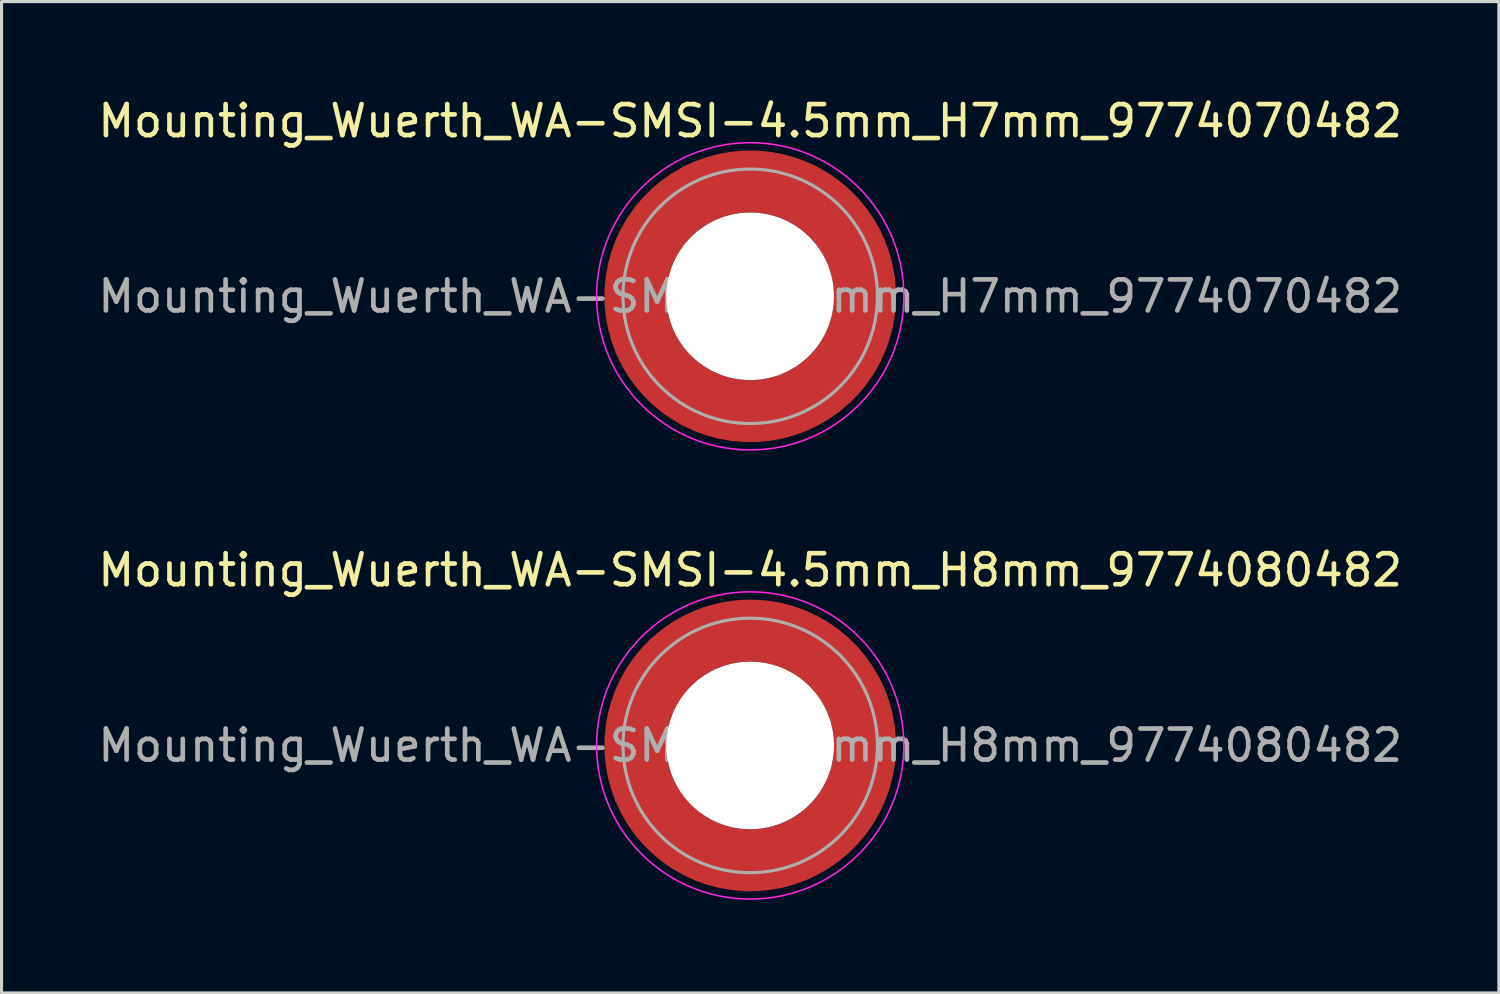
<source format=kicad_pcb>
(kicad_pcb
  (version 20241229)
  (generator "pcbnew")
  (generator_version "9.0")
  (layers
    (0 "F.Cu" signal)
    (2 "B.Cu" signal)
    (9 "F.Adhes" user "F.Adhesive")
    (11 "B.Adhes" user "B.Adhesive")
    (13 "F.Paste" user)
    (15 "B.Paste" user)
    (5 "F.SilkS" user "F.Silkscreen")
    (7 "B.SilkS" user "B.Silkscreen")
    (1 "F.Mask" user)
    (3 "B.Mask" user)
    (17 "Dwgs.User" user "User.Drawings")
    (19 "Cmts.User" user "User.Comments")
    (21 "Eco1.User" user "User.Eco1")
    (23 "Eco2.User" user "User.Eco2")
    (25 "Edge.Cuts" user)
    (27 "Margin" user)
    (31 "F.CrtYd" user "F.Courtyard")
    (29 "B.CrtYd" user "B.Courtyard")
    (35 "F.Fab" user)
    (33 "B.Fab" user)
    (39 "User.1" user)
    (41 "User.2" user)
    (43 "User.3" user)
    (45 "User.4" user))
  (footprint "Mounting_Wuerth_WA-SMSI-4.5mm_H7mm_9774070482"
    (layer "F.Cu")
    (at 21.125 6.498)
    (property "Reference" "Mounting_Wuerth_WA-SMSI-4.5mm_H7mm_9774070482" (at 0 -5.65 0) (layer "F.SilkS") (effects (font (size 1 1) (thickness 0.15))))
    (attr smd)
    (fp_circle (center 0 0) (end 4.95 0) (stroke (width 0.05) (type solid)) (fill no) (layer "F.CrtYd"))
    (fp_circle (center 0 0) (end 4.1 0) (stroke (width 0.1) (type solid)) (fill no) (layer "F.Fab"))
    (fp_text user "${REFERENCE}" (at 0 0 0) (layer "F.Fab") (effects (font (size 1 1) (thickness 0.15))))
    (pad "" smd custom (at -2.607 -2.607) (size 1.495 1.495) (layers "F.Paste") (options (anchor circle)) (primitives (gr_arc (start -0.188183 2.107456) (mid 0.598928 0.599619) (end 2.106494 -0.188011) (width 0.2)) (gr_arc (start -0.289416 2.107456) (mid 0.528508 0.529033) (end 2.106724 -0.28929) (width 0.2)) (gr_arc (start -0.390547 2.107456) (mid 0.457087 0.459449) (end 2.104161 -0.389996) (width 0.2)) (gr_arc (start -0.491585 2.107456) (mid 0.386415 0.389116) (end 2.103685 -0.490974) (width 0.2)) (gr_arc (start -0.59254 2.107456) (mid 0.31649 0.318035) (end 2.105297 -0.592203) (width 0.2)) (gr_arc (start -0.693419 2.107456) (mid 0.245252 0.248268) (end 2.103239 -0.692777) (width 0.2)) (gr_arc (start -0.794229 2.107456) (mid 0.174636 0.177878) (end 2.102921 -0.793558) (width 0.2)) (gr_arc (start -0.894975 2.107456) (mid 0.104643 0.106867) (end 2.104343 -0.894528) (width 0.2)) (gr_arc (start -0.995664 2.107456) (mid 0.033026 0.037479) (end 2.101219 -0.994793) (width 0.2)) (gr_arc (start -1.0963 2.107456) (mid -0.035789 -0.034713) (end 2.105949 -1.096095) (width 0.2)) (gr_arc (start -1.196886 2.107456) (mid -0.106351 -0.105158) (end 2.105783 -1.196667) (width 0.2)) (gr_arc (start -1.297427 2.107456) (mid -0.176416 -0.176097) (end 2.107009 -1.29737) (width 0.2)) (gr_arc (start -1.397927 2.107456) (mid -0.248476 -0.245042) (end 2.102638 -1.397323) (width 0.2)) (gr_arc (start -1.498388 2.107456) (mid -0.317612 -0.316913) (end 2.106475 -1.498268) (width 0.2)) (gr_arc (start -1.598813 2.107456) (mid -0.388865 -0.386665) (end 2.104366 -1.598444) (width 0.2)) (gr_arc (start -1.699204 2.107456) (mid -0.459747 -0.456787) (end 2.103299 -1.698719) (width 0.2)) (gr_arc (start -1.799565 2.107456) (mid -0.530257 -0.527283) (end 2.103277 -1.799089) (width 0.2)) (gr_arc (start -1.899896 2.107456) (mid -0.600396 -0.59815) (end 2.104299 -1.899545) (width 0.2)) (gr_arc (start -1.899896 2.107456) (mid -0.600396 -0.59815) (end 2.104299 -1.899545) (width 0.2)) (gr_line (start 2.107 -0.188) (end 2.107 -1.9) (width 0.2)) (gr_line (start -0.188 2.107) (end -1.9 2.107) (width 0.2))))
    (pad "" smd custom (at -2.607 2.607) (size 1.495 1.495) (layers "F.Paste") (options (anchor circle)) (primitives (gr_arc (start 2.107456 0.188183) (mid 0.599619 -0.598928) (end -0.188011 -2.106494) (width 0.2)) (gr_arc (start 2.107456 0.289416) (mid 0.529033 -0.528508) (end -0.28929 -2.106724) (width 0.2)) (gr_arc (start 2.107456 0.390547) (mid 0.45945 -0.457087) (end -0.389996 -2.104161) (width 0.2)) (gr_arc (start 2.107456 0.491585) (mid 0.389116 -0.386415) (end -0.490974 -2.103685) (width 0.2)) (gr_arc (start 2.107456 0.59254) (mid 0.318035 -0.31649) (end -0.592203 -2.105297) (width 0.2)) (gr_arc (start 2.107456 0.693419) (mid 0.248268 -0.245252) (end -0.692777 -2.103239) (width 0.2)) (gr_arc (start 2.107456 0.794229) (mid 0.177878 -0.174636) (end -0.793558 -2.102921) (width 0.2)) (gr_arc (start 2.107456 0.894975) (mid 0.106867 -0.104643) (end -0.894528 -2.104343) (width 0.2)) (gr_arc (start 2.107456 0.995664) (mid 0.037479 -0.033026) (end -0.994793 -2.101219) (width 0.2)) (gr_arc (start 2.107456 1.0963) (mid -0.034713 0.035789) (end -1.096095 -2.105949) (width 0.2)) (gr_arc (start 2.107456 1.196886) (mid -0.105158 0.106351) (end -1.196667 -2.105783) (width 0.2)) (gr_arc (start 2.107456 1.297427) (mid -0.176097 0.176416) (end -1.29737 -2.107009) (width 0.2)) (gr_arc (start 2.107456 1.397927) (mid -0.245042 0.248476) (end -1.397323 -2.102638) (width 0.2)) (gr_arc (start 2.107456 1.498388) (mid -0.316913 0.317612) (end -1.498268 -2.106475) (width 0.2)) (gr_arc (start 2.107456 1.598813) (mid -0.386665 0.388865) (end -1.598444 -2.104366) (width 0.2)) (gr_arc (start 2.107456 1.699204) (mid -0.456787 0.459747) (end -1.698719 -2.103299) (width 0.2)) (gr_arc (start 2.107456 1.799565) (mid -0.527283 0.530257) (end -1.799089 -2.103277) (width 0.2)) (gr_arc (start 2.107456 1.899896) (mid -0.59815 0.600396) (end -1.899545 -2.104299) (width 0.2)) (gr_arc (start 2.107456 1.899896) (mid -0.59815 0.600396) (end -1.899545 -2.104299) (width 0.2)) (gr_line (start -0.188 -2.107) (end -1.9 -2.107) (width 0.2)) (gr_line (start 2.107 0.188) (end 2.107 1.9) (width 0.2))))
    (pad "" np_thru_hole circle (at 0 0) (size 5.4 5.4) (drill 5.4) (layers "*.Cu" "*.Mask"))
    (pad "" smd custom (at 2.607 -2.607) (size 1.495 1.495) (layers "F.Paste") (options (anchor circle)) (primitives (gr_arc (start -2.107456 -0.188183) (mid -0.599619 0.598928) (end 0.188011 2.106494) (width 0.2)) (gr_arc (start -2.107456 -0.289416) (mid -0.529033 0.528508) (end 0.28929 2.106724) (width 0.2)) (gr_arc (start -2.107456 -0.390547) (mid -0.459449 0.457087) (end 0.389996 2.104161) (width 0.2)) (gr_arc (start -2.107456 -0.491585) (mid -0.389116 0.386415) (end 0.490974 2.103685) (width 0.2)) (gr_arc (start -2.107456 -0.59254) (mid -0.318035 0.31649) (end 0.592203 2.105297) (width 0.2)) (gr_arc (start -2.107456 -0.693419) (mid -0.248268 0.245252) (end 0.692777 2.103239) (width 0.2)) (gr_arc (start -2.107456 -0.794229) (mid -0.177878 0.174636) (end 0.793558 2.102921) (width 0.2)) (gr_arc (start -2.107456 -0.894975) (mid -0.106867 0.104643) (end 0.894528 2.104343) (width 0.2)) (gr_arc (start -2.107456 -0.995664) (mid -0.037479 0.033026) (end 0.994793 2.101219) (width 0.2)) (gr_arc (start -2.107456 -1.0963) (mid 0.034713 -0.035789) (end 1.096095 2.105949) (width 0.2)) (gr_arc (start -2.107456 -1.196886) (mid 0.105158 -0.106351) (end 1.196667 2.105783) (width 0.2)) (gr_arc (start -2.107456 -1.297427) (mid 0.176097 -0.176416) (end 1.29737 2.107009) (width 0.2)) (gr_arc (start -2.107456 -1.397927) (mid 0.245042 -0.248476) (end 1.397323 2.102638) (width 0.2)) (gr_arc (start -2.107456 -1.498388) (mid 0.316913 -0.317612) (end 1.498268 2.106475) (width 0.2)) (gr_arc (start -2.107456 -1.598813) (mid 0.386665 -0.388865) (end 1.598444 2.104366) (width 0.2)) (gr_arc (start -2.107456 -1.699204) (mid 0.456787 -0.459747) (end 1.698719 2.103299) (width 0.2)) (gr_arc (start -2.107456 -1.799565) (mid 0.527283 -0.530257) (end 1.799089 2.103277) (width 0.2)) (gr_arc (start -2.107456 -1.899896) (mid 0.59815 -0.600396) (end 1.899545 2.104299) (width 0.2)) (gr_arc (start -2.107456 -1.899896) (mid 0.59815 -0.600396) (end 1.899545 2.104299) (width 0.2)) (gr_line (start 0.188 2.107) (end 1.9 2.107) (width 0.2)) (gr_line (start -2.107 -0.188) (end -2.107 -1.9) (width 0.2))))
    (pad "" smd custom (at 2.607 2.607) (size 1.495 1.495) (layers "F.Paste") (options (anchor circle)) (primitives (gr_arc (start 0.188183 -2.107456) (mid -0.598928 -0.599619) (end -2.106494 0.188011) (width 0.2)) (gr_arc (start 0.289416 -2.107456) (mid -0.528508 -0.529033) (end -2.106724 0.28929) (width 0.2)) (gr_arc (start 0.390547 -2.107456) (mid -0.457087 -0.459449) (end -2.104161 0.389996) (width 0.2)) (gr_arc (start 0.491585 -2.107456) (mid -0.386415 -0.389116) (end -2.103685 0.490974) (width 0.2)) (gr_arc (start 0.59254 -2.107456) (mid -0.31649 -0.318035) (end -2.105297 0.592203) (width 0.2)) (gr_arc (start 0.693419 -2.107456) (mid -0.245252 -0.248268) (end -2.103239 0.692777) (width 0.2)) (gr_arc (start 0.794229 -2.107456) (mid -0.174636 -0.177878) (end -2.102921 0.793558) (width 0.2)) (gr_arc (start 0.894975 -2.107456) (mid -0.104643 -0.106867) (end -2.104343 0.894528) (width 0.2)) (gr_arc (start 0.995664 -2.107456) (mid -0.033026 -0.037479) (end -2.101219 0.994793) (width 0.2)) (gr_arc (start 1.0963 -2.107456) (mid 0.035789 0.034713) (end -2.105949 1.096095) (width 0.2)) (gr_arc (start 1.196886 -2.107456) (mid 0.106351 0.105158) (end -2.105783 1.196667) (width 0.2)) (gr_arc (start 1.297427 -2.107456) (mid 0.176416 0.176097) (end -2.107009 1.29737) (width 0.2)) (gr_arc (start 1.397927 -2.107456) (mid 0.248476 0.245042) (end -2.102638 1.397323) (width 0.2)) (gr_arc (start 1.498388 -2.107456) (mid 0.317612 0.316913) (end -2.106475 1.498268) (width 0.2)) (gr_arc (start 1.598813 -2.107456) (mid 0.388865 0.386665) (end -2.104366 1.598444) (width 0.2)) (gr_arc (start 1.699204 -2.107456) (mid 0.459747 0.456787) (end -2.103299 1.698719) (width 0.2)) (gr_arc (start 1.799565 -2.107456) (mid 0.530257 0.527283) (end -2.103277 1.799089) (width 0.2)) (gr_arc (start 1.899896 -2.107456) (mid 0.600396 0.59815) (end -2.104299 1.899545) (width 0.2)) (gr_arc (start 1.899896 -2.107456) (mid 0.600396 0.59815) (end -2.104299 1.899545) (width 0.2)) (gr_line (start -2.107 0.188) (end -2.107 1.9) (width 0.2)) (gr_line (start 0.188 -2.107) (end 1.9 -2.107) (width 0.2))))
    (pad "1" smd circle (at -3.7 0) (size 1.6 1.6) (layers "F.Cu"))
    (pad "1" smd circle (at 0 -3.7) (size 1.6 1.6) (layers "F.Cu"))
    (pad "1" smd circle (at 0 3.7) (size 1.6 1.6) (layers "F.Cu"))
    (pad "1" smd custom (at 3.7 0) (size 1.6 1.6) (layers "F.Cu" "F.Mask") (options (anchor circle)) (primitives (gr_circle (center -3.7 0) (end 0 0) (width 2) (fill no)))))
  (footprint "Mounting_Wuerth_WA-SMSI-4.5mm_H8mm_9774080482"
    (layer "F.Cu")
    (at 21.125 20.971)
    (property "Reference" "Mounting_Wuerth_WA-SMSI-4.5mm_H8mm_9774080482" (at 0 -5.65 0) (layer "F.SilkS") (effects (font (size 1 1) (thickness 0.15))))
    (attr smd)
    (fp_circle (center 0 0) (end 4.95 0) (stroke (width 0.05) (type solid)) (fill no) (layer "F.CrtYd"))
    (fp_circle (center 0 0) (end 4.1 0) (stroke (width 0.1) (type solid)) (fill no) (layer "F.Fab"))
    (fp_text user "${REFERENCE}" (at 0 0 0) (layer "F.Fab") (effects (font (size 1 1) (thickness 0.15))))
    (pad "" smd custom (at -2.607 -2.607) (size 1.495 1.495) (layers "F.Paste") (options (anchor circle)) (primitives (gr_arc (start -0.188183 2.107456) (mid 0.598928 0.599619) (end 2.106494 -0.188011) (width 0.2)) (gr_arc (start -0.289416 2.107456) (mid 0.528508 0.529033) (end 2.106724 -0.28929) (width 0.2)) (gr_arc (start -0.390547 2.107456) (mid 0.457087 0.459449) (end 2.104161 -0.389996) (width 0.2)) (gr_arc (start -0.491585 2.107456) (mid 0.386415 0.389116) (end 2.103685 -0.490974) (width 0.2)) (gr_arc (start -0.59254 2.107456) (mid 0.31649 0.318035) (end 2.105297 -0.592203) (width 0.2)) (gr_arc (start -0.693419 2.107456) (mid 0.245252 0.248268) (end 2.103239 -0.692777) (width 0.2)) (gr_arc (start -0.794229 2.107456) (mid 0.174636 0.177878) (end 2.102921 -0.793558) (width 0.2)) (gr_arc (start -0.894975 2.107456) (mid 0.104643 0.106867) (end 2.104343 -0.894528) (width 0.2)) (gr_arc (start -0.995664 2.107456) (mid 0.033026 0.037479) (end 2.101219 -0.994793) (width 0.2)) (gr_arc (start -1.0963 2.107456) (mid -0.035789 -0.034713) (end 2.105949 -1.096095) (width 0.2)) (gr_arc (start -1.196886 2.107456) (mid -0.106351 -0.105158) (end 2.105783 -1.196667) (width 0.2)) (gr_arc (start -1.297427 2.107456) (mid -0.176416 -0.176097) (end 2.107009 -1.29737) (width 0.2)) (gr_arc (start -1.397927 2.107456) (mid -0.248476 -0.245042) (end 2.102638 -1.397323) (width 0.2)) (gr_arc (start -1.498388 2.107456) (mid -0.317612 -0.316913) (end 2.106475 -1.498268) (width 0.2)) (gr_arc (start -1.598813 2.107456) (mid -0.388865 -0.386665) (end 2.104366 -1.598444) (width 0.2)) (gr_arc (start -1.699204 2.107456) (mid -0.459747 -0.456787) (end 2.103299 -1.698719) (width 0.2)) (gr_arc (start -1.799565 2.107456) (mid -0.530257 -0.527283) (end 2.103277 -1.799089) (width 0.2)) (gr_arc (start -1.899896 2.107456) (mid -0.600396 -0.59815) (end 2.104299 -1.899545) (width 0.2)) (gr_arc (start -1.899896 2.107456) (mid -0.600396 -0.59815) (end 2.104299 -1.899545) (width 0.2)) (gr_line (start 2.107 -0.188) (end 2.107 -1.9) (width 0.2)) (gr_line (start -0.188 2.107) (end -1.9 2.107) (width 0.2))))
    (pad "" smd custom (at -2.607 2.607) (size 1.495 1.495) (layers "F.Paste") (options (anchor circle)) (primitives (gr_arc (start 2.107456 0.188183) (mid 0.599619 -0.598928) (end -0.188011 -2.106494) (width 0.2)) (gr_arc (start 2.107456 0.289416) (mid 0.529033 -0.528508) (end -0.28929 -2.106724) (width 0.2)) (gr_arc (start 2.107456 0.390547) (mid 0.45945 -0.457087) (end -0.389996 -2.104161) (width 0.2)) (gr_arc (start 2.107456 0.491585) (mid 0.389116 -0.386415) (end -0.490974 -2.103685) (width 0.2)) (gr_arc (start 2.107456 0.59254) (mid 0.318035 -0.31649) (end -0.592203 -2.105297) (width 0.2)) (gr_arc (start 2.107456 0.693419) (mid 0.248268 -0.245252) (end -0.692777 -2.103239) (width 0.2)) (gr_arc (start 2.107456 0.794229) (mid 0.177878 -0.174636) (end -0.793558 -2.102921) (width 0.2)) (gr_arc (start 2.107456 0.894975) (mid 0.106867 -0.104643) (end -0.894528 -2.104343) (width 0.2)) (gr_arc (start 2.107456 0.995664) (mid 0.037479 -0.033026) (end -0.994793 -2.101219) (width 0.2)) (gr_arc (start 2.107456 1.0963) (mid -0.034713 0.035789) (end -1.096095 -2.105949) (width 0.2)) (gr_arc (start 2.107456 1.196886) (mid -0.105158 0.106351) (end -1.196667 -2.105783) (width 0.2)) (gr_arc (start 2.107456 1.297427) (mid -0.176097 0.176416) (end -1.29737 -2.107009) (width 0.2)) (gr_arc (start 2.107456 1.397927) (mid -0.245042 0.248476) (end -1.397323 -2.102638) (width 0.2)) (gr_arc (start 2.107456 1.498388) (mid -0.316913 0.317612) (end -1.498268 -2.106475) (width 0.2)) (gr_arc (start 2.107456 1.598813) (mid -0.386665 0.388865) (end -1.598444 -2.104366) (width 0.2)) (gr_arc (start 2.107456 1.699204) (mid -0.456787 0.459747) (end -1.698719 -2.103299) (width 0.2)) (gr_arc (start 2.107456 1.799565) (mid -0.527283 0.530257) (end -1.799089 -2.103277) (width 0.2)) (gr_arc (start 2.107456 1.899896) (mid -0.59815 0.600396) (end -1.899545 -2.104299) (width 0.2)) (gr_arc (start 2.107456 1.899896) (mid -0.59815 0.600396) (end -1.899545 -2.104299) (width 0.2)) (gr_line (start -0.188 -2.107) (end -1.9 -2.107) (width 0.2)) (gr_line (start 2.107 0.188) (end 2.107 1.9) (width 0.2))))
    (pad "" np_thru_hole circle (at 0 0) (size 5.4 5.4) (drill 5.4) (layers "*.Cu" "*.Mask"))
    (pad "" smd custom (at 2.607 -2.607) (size 1.495 1.495) (layers "F.Paste") (options (anchor circle)) (primitives (gr_arc (start -2.107456 -0.188183) (mid -0.599619 0.598928) (end 0.188011 2.106494) (width 0.2)) (gr_arc (start -2.107456 -0.289416) (mid -0.529033 0.528508) (end 0.28929 2.106724) (width 0.2)) (gr_arc (start -2.107456 -0.390547) (mid -0.459449 0.457087) (end 0.389996 2.104161) (width 0.2)) (gr_arc (start -2.107456 -0.491585) (mid -0.389116 0.386415) (end 0.490974 2.103685) (width 0.2)) (gr_arc (start -2.107456 -0.59254) (mid -0.318035 0.31649) (end 0.592203 2.105297) (width 0.2)) (gr_arc (start -2.107456 -0.693419) (mid -0.248268 0.245252) (end 0.692777 2.103239) (width 0.2)) (gr_arc (start -2.107456 -0.794229) (mid -0.177878 0.174636) (end 0.793558 2.102921) (width 0.2)) (gr_arc (start -2.107456 -0.894975) (mid -0.106867 0.104643) (end 0.894528 2.104343) (width 0.2)) (gr_arc (start -2.107456 -0.995664) (mid -0.037479 0.033026) (end 0.994793 2.101219) (width 0.2)) (gr_arc (start -2.107456 -1.0963) (mid 0.034713 -0.035789) (end 1.096095 2.105949) (width 0.2)) (gr_arc (start -2.107456 -1.196886) (mid 0.105158 -0.106351) (end 1.196667 2.105783) (width 0.2)) (gr_arc (start -2.107456 -1.297427) (mid 0.176097 -0.176416) (end 1.29737 2.107009) (width 0.2)) (gr_arc (start -2.107456 -1.397927) (mid 0.245042 -0.248476) (end 1.397323 2.102638) (width 0.2)) (gr_arc (start -2.107456 -1.498388) (mid 0.316913 -0.317612) (end 1.498268 2.106475) (width 0.2)) (gr_arc (start -2.107456 -1.598813) (mid 0.386665 -0.388865) (end 1.598444 2.104366) (width 0.2)) (gr_arc (start -2.107456 -1.699204) (mid 0.456787 -0.459747) (end 1.698719 2.103299) (width 0.2)) (gr_arc (start -2.107456 -1.799565) (mid 0.527283 -0.530257) (end 1.799089 2.103277) (width 0.2)) (gr_arc (start -2.107456 -1.899896) (mid 0.59815 -0.600396) (end 1.899545 2.104299) (width 0.2)) (gr_arc (start -2.107456 -1.899896) (mid 0.59815 -0.600396) (end 1.899545 2.104299) (width 0.2)) (gr_line (start 0.188 2.107) (end 1.9 2.107) (width 0.2)) (gr_line (start -2.107 -0.188) (end -2.107 -1.9) (width 0.2))))
    (pad "" smd custom (at 2.607 2.607) (size 1.495 1.495) (layers "F.Paste") (options (anchor circle)) (primitives (gr_arc (start 0.188183 -2.107456) (mid -0.598928 -0.599619) (end -2.106494 0.188011) (width 0.2)) (gr_arc (start 0.289416 -2.107456) (mid -0.528508 -0.529033) (end -2.106724 0.28929) (width 0.2)) (gr_arc (start 0.390547 -2.107456) (mid -0.457087 -0.459449) (end -2.104161 0.389996) (width 0.2)) (gr_arc (start 0.491585 -2.107456) (mid -0.386415 -0.389116) (end -2.103685 0.490974) (width 0.2)) (gr_arc (start 0.59254 -2.107456) (mid -0.31649 -0.318035) (end -2.105297 0.592203) (width 0.2)) (gr_arc (start 0.693419 -2.107456) (mid -0.245252 -0.248268) (end -2.103239 0.692777) (width 0.2)) (gr_arc (start 0.794229 -2.107456) (mid -0.174636 -0.177878) (end -2.102921 0.793558) (width 0.2)) (gr_arc (start 0.894975 -2.107456) (mid -0.104643 -0.106867) (end -2.104343 0.894528) (width 0.2)) (gr_arc (start 0.995664 -2.107456) (mid -0.033026 -0.037479) (end -2.101219 0.994793) (width 0.2)) (gr_arc (start 1.0963 -2.107456) (mid 0.035789 0.034713) (end -2.105949 1.096095) (width 0.2)) (gr_arc (start 1.196886 -2.107456) (mid 0.106351 0.105158) (end -2.105783 1.196667) (width 0.2)) (gr_arc (start 1.297427 -2.107456) (mid 0.176416 0.176097) (end -2.107009 1.29737) (width 0.2)) (gr_arc (start 1.397927 -2.107456) (mid 0.248476 0.245042) (end -2.102638 1.397323) (width 0.2)) (gr_arc (start 1.498388 -2.107456) (mid 0.317612 0.316913) (end -2.106475 1.498268) (width 0.2)) (gr_arc (start 1.598813 -2.107456) (mid 0.388865 0.386665) (end -2.104366 1.598444) (width 0.2)) (gr_arc (start 1.699204 -2.107456) (mid 0.459747 0.456787) (end -2.103299 1.698719) (width 0.2)) (gr_arc (start 1.799565 -2.107456) (mid 0.530257 0.527283) (end -2.103277 1.799089) (width 0.2)) (gr_arc (start 1.899896 -2.107456) (mid 0.600396 0.59815) (end -2.104299 1.899545) (width 0.2)) (gr_arc (start 1.899896 -2.107456) (mid 0.600396 0.59815) (end -2.104299 1.899545) (width 0.2)) (gr_line (start -2.107 0.188) (end -2.107 1.9) (width 0.2)) (gr_line (start 0.188 -2.107) (end 1.9 -2.107) (width 0.2))))
    (pad "1" smd circle (at -3.7 0) (size 1.6 1.6) (layers "F.Cu"))
    (pad "1" smd circle (at 0 -3.7) (size 1.6 1.6) (layers "F.Cu"))
    (pad "1" smd circle (at 0 3.7) (size 1.6 1.6) (layers "F.Cu"))
    (pad "1" smd custom (at 3.7 0) (size 1.6 1.6) (layers "F.Cu" "F.Mask") (options (anchor circle)) (primitives (gr_circle (center -3.7 0) (end 0 0) (width 2) (fill no)))))
  (gr_rect
    (start -3 -3)
    (end 45.25 28.947)
    (stroke (width 0.1) (type default))
    (fill no)
    (layer "Edge.Cuts")))
</source>
